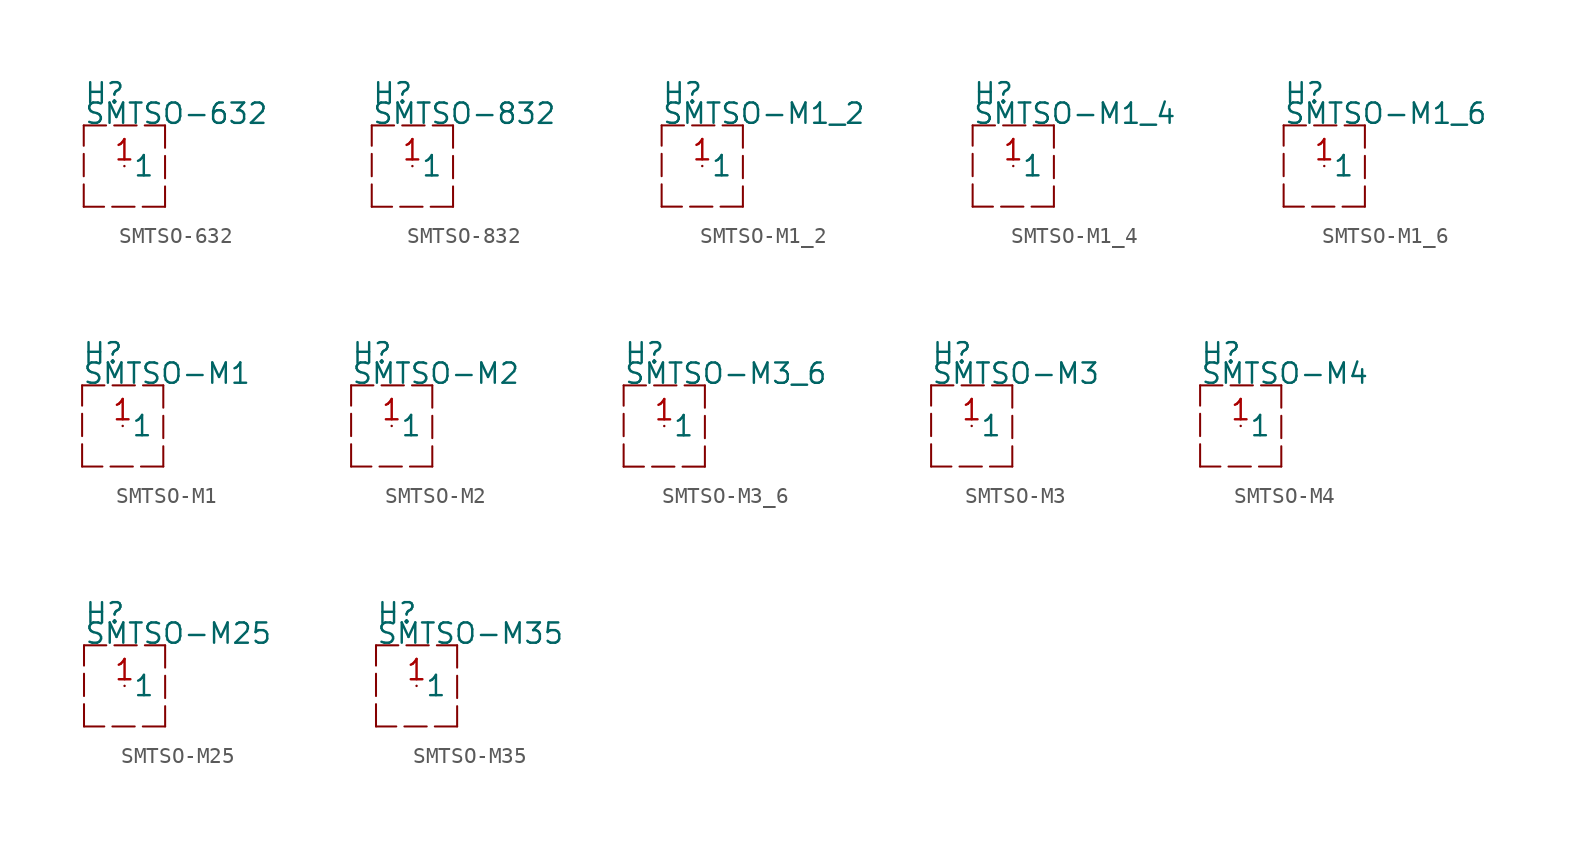
<source format=kicad_sym>
(kicad_symbol_lib
  (version 20211014)
  (generator kicad_symbol_editor)
  (symbol "SMTSO-632"
    (pin_names)
    (property "Reference" "H"
      (at -2.54 3.81 0)
      (effects (font (size 1.27 1.27)) (justify left bottom)))
    (property "Value" "SMTSO-632"
      (at -2.54 2.54 0)
      (effects (font (size 1.27 1.27)) (justify left bottom)))
    (property "Datasheet" ""
      (at 0 0 0))
    (property "ki_description" "PEM SMTSO-632  - #6-32 Technical Specifications: Length Codes: 2,4,8,12 "
      (at 0 0 0))
    (property "ki_fp_filters" "FlashPCB_Hardware:SMTSO-632 FlashPCB_Hardware:SMTSO-632-NO_OUTLINE"
      (at 0 0 0))
    (symbol "SMTSO-632_1_1"
      (polyline (pts (xy -2.54 2.54) (xy 2.54 2.54)) (stroke (width 0.127) (type dash) (color 0 0 0 0)) (fill (type none)))
      (polyline (pts (xy 2.54 2.54) (xy 2.54 -2.54)) (stroke (width 0.127) (type dash) (color 0 0 0 0)) (fill (type none)))
      (polyline (pts (xy 2.54 -2.54) (xy -2.54 -2.54)) (stroke (width 0.127) (type dash) (color 0 0 0 0)) (fill (type none)))
      (polyline (pts (xy -2.54 -2.54) (xy -2.54 2.54)) (stroke (width 0.127) (type dash) (color 0 0 0 0)) (fill (type none)))
      (pin bidirectional line (at 0 0 0) (length 0) (name "1" (effects (font (size 1.27 1.27)))) (number "1" (effects (font (size 1.27 1.27)))))))
  (symbol "SMTSO-832"
    (pin_names)
    (property "Reference" "H"
      (at -2.54 3.81 0)
      (effects (font (size 1.27 1.27)) (justify left bottom)))
    (property "Value" "SMTSO-832"
      (at -2.54 2.54 0)
      (effects (font (size 1.27 1.27)) (justify left bottom)))
    (property "Datasheet" ""
      (at 0 0 0))
    (property "ki_description" "PEM SMTSO-832  - #8-32 Technical Specifications: Length Codes: 2,4,8,12 "
      (at 0 0 0))
    (property "ki_fp_filters" "FlashPCB_Hardware:SMTSO-832 FlashPCB_Hardware:SMTSO-832-NO_OUTLINE"
      (at 0 0 0))
    (symbol "SMTSO-832_1_1"
      (polyline (pts (xy -2.54 2.54) (xy 2.54 2.54)) (stroke (width 0.127) (type dash) (color 0 0 0 0)) (fill (type none)))
      (polyline (pts (xy 2.54 2.54) (xy 2.54 -2.54)) (stroke (width 0.127) (type dash) (color 0 0 0 0)) (fill (type none)))
      (polyline (pts (xy 2.54 -2.54) (xy -2.54 -2.54)) (stroke (width 0.127) (type dash) (color 0 0 0 0)) (fill (type none)))
      (polyline (pts (xy -2.54 -2.54) (xy -2.54 2.54)) (stroke (width 0.127) (type dash) (color 0 0 0 0)) (fill (type none)))
      (pin bidirectional line (at 0 0 0) (length 0) (name "1" (effects (font (size 1.27 1.27)))) (number "1" (effects (font (size 1.27 1.27)))))))
  (symbol "SMTSO-M1_2"
    (pin_names)
    (property "Reference" "H"
      (at -2.54 3.81 0)
      (effects (font (size 1.27 1.27)) (justify left bottom)))
    (property "Value" "SMTSO-M1_2"
      (at -2.54 2.54 0)
      (effects (font (size 1.27 1.27)) (justify left bottom)))
    (property "Datasheet" ""
      (at 0 0 0))
    (property "ki_description" "PEM SMTSO-M1_2  - S1.2 Technical Specifications: Length Codes: 1,2,3 "
      (at 0 0 0))
    (property "ki_fp_filters" "FlashPCB_Hardware:SMTSO-M1_2 FlashPCB_Hardware:SMTSO-M1_2-NO_OUTLINE"
      (at 0 0 0))
    (symbol "SMTSO-M1_2_1_1"
      (polyline (pts (xy -2.54 2.54) (xy 2.54 2.54)) (stroke (width 0.127) (type dash) (color 0 0 0 0)) (fill (type none)))
      (polyline (pts (xy 2.54 2.54) (xy 2.54 -2.54)) (stroke (width 0.127) (type dash) (color 0 0 0 0)) (fill (type none)))
      (polyline (pts (xy 2.54 -2.54) (xy -2.54 -2.54)) (stroke (width 0.127) (type dash) (color 0 0 0 0)) (fill (type none)))
      (polyline (pts (xy -2.54 -2.54) (xy -2.54 2.54)) (stroke (width 0.127) (type dash) (color 0 0 0 0)) (fill (type none)))
      (pin bidirectional line (at 0 0 0) (length 0) (name "1" (effects (font (size 1.27 1.27)))) (number "1" (effects (font (size 1.27 1.27)))))))
  (symbol "SMTSO-M1_4"
    (pin_names)
    (property "Reference" "H"
      (at -2.54 3.81 0)
      (effects (font (size 1.27 1.27)) (justify left bottom)))
    (property "Value" "SMTSO-M1_4"
      (at -2.54 2.54 0)
      (effects (font (size 1.27 1.27)) (justify left bottom)))
    (property "Datasheet" ""
      (at 0 0 0))
    (property "ki_description" "PEM SMTSO-M1_4  - S1.4 Technical Specifications: Length Codes: 1,2,3 "
      (at 0 0 0))
    (property "ki_fp_filters" "FlashPCB_Hardware:SMTSO-M1_4 FlashPCB_Hardware:SMTSO-M1_4-NO_OUTLINE"
      (at 0 0 0))
    (symbol "SMTSO-M1_4_1_1"
      (polyline (pts (xy -2.54 2.54) (xy 2.54 2.54)) (stroke (width 0.127) (type dash) (color 0 0 0 0)) (fill (type none)))
      (polyline (pts (xy 2.54 2.54) (xy 2.54 -2.54)) (stroke (width 0.127) (type dash) (color 0 0 0 0)) (fill (type none)))
      (polyline (pts (xy 2.54 -2.54) (xy -2.54 -2.54)) (stroke (width 0.127) (type dash) (color 0 0 0 0)) (fill (type none)))
      (polyline (pts (xy -2.54 -2.54) (xy -2.54 2.54)) (stroke (width 0.127) (type dash) (color 0 0 0 0)) (fill (type none)))
      (pin bidirectional line (at 0 0 0) (length 0) (name "1" (effects (font (size 1.27 1.27)))) (number "1" (effects (font (size 1.27 1.27)))))))
  (symbol "SMTSO-M1_6"
    (pin_names)
    (property "Reference" "H"
      (at -2.54 3.81 0)
      (effects (font (size 1.27 1.27)) (justify left bottom)))
    (property "Value" "SMTSO-M1_6"
      (at -2.54 2.54 0)
      (effects (font (size 1.27 1.27)) (justify left bottom)))
    (property "Datasheet" ""
      (at 0 0 0))
    (property "ki_description" "PEM SMTSO-M1_6  - M1.6x0.35 Technical Specifications: Length Codes: 1,2,3 "
      (at 0 0 0))
    (property "ki_fp_filters" "FlashPCB_Hardware:SMTSO-M1_6 FlashPCB_Hardware:SMTSO-M1_6-NO_OUTLINE"
      (at 0 0 0))
    (symbol "SMTSO-M1_6_1_1"
      (polyline (pts (xy -2.54 2.54) (xy 2.54 2.54)) (stroke (width 0.127) (type dash) (color 0 0 0 0)) (fill (type none)))
      (polyline (pts (xy 2.54 2.54) (xy 2.54 -2.54)) (stroke (width 0.127) (type dash) (color 0 0 0 0)) (fill (type none)))
      (polyline (pts (xy 2.54 -2.54) (xy -2.54 -2.54)) (stroke (width 0.127) (type dash) (color 0 0 0 0)) (fill (type none)))
      (polyline (pts (xy -2.54 -2.54) (xy -2.54 2.54)) (stroke (width 0.127) (type dash) (color 0 0 0 0)) (fill (type none)))
      (pin bidirectional line (at 0 0 0) (length 0) (name "1" (effects (font (size 1.27 1.27)))) (number "1" (effects (font (size 1.27 1.27)))))))
  (symbol "SMTSO-M1"
    (pin_names)
    (property "Reference" "H"
      (at -2.54 3.81 0)
      (effects (font (size 1.27 1.27)) (justify left bottom)))
    (property "Value" "SMTSO-M1"
      (at -2.54 2.54 0)
      (effects (font (size 1.27 1.27)) (justify left bottom)))
    (property "Datasheet" ""
      (at 0 0 0))
    (property "ki_description" "PEM SMTSO-M1  - S1 Technical Specifications: Length Codes: 1,2,3 "
      (at 0 0 0))
    (property "ki_fp_filters" "FlashPCB_Hardware:SMTSO-M1 FlashPCB_Hardware:SMTSO-M1-NO_OUTLINE"
      (at 0 0 0))
    (symbol "SMTSO-M1_1_1"
      (polyline (pts (xy -2.54 2.54) (xy 2.54 2.54)) (stroke (width 0.127) (type dash) (color 0 0 0 0)) (fill (type none)))
      (polyline (pts (xy 2.54 2.54) (xy 2.54 -2.54)) (stroke (width 0.127) (type dash) (color 0 0 0 0)) (fill (type none)))
      (polyline (pts (xy 2.54 -2.54) (xy -2.54 -2.54)) (stroke (width 0.127) (type dash) (color 0 0 0 0)) (fill (type none)))
      (polyline (pts (xy -2.54 -2.54) (xy -2.54 2.54)) (stroke (width 0.127) (type dash) (color 0 0 0 0)) (fill (type none)))
      (pin bidirectional line (at 0 0 0) (length 0) (name "1" (effects (font (size 1.27 1.27)))) (number "1" (effects (font (size 1.27 1.27)))))))
  (symbol "SMTSO-M2"
    (pin_names)
    (property "Reference" "H"
      (at -2.54 3.81 0)
      (effects (font (size 1.27 1.27)) (justify left bottom)))
    (property "Value" "SMTSO-M2"
      (at -2.54 2.54 0)
      (effects (font (size 1.27 1.27)) (justify left bottom)))
    (property "Datasheet" ""
      (at 0 0 0))
    (property "ki_description" "PEM SMTSO-M2  - M2x0.4 Technical Specifications: Length Codes: 2,3,4,6,8,10 "
      (at 0 0 0))
    (property "ki_fp_filters" "FlashPCB_Hardware:SMTSO-M2 FlashPCB_Hardware:SMTSO-M2-NO_OUTLINE"
      (at 0 0 0))
    (symbol "SMTSO-M2_1_1"
      (polyline (pts (xy -2.54 2.54) (xy 2.54 2.54)) (stroke (width 0.127) (type dash) (color 0 0 0 0)) (fill (type none)))
      (polyline (pts (xy 2.54 2.54) (xy 2.54 -2.54)) (stroke (width 0.127) (type dash) (color 0 0 0 0)) (fill (type none)))
      (polyline (pts (xy 2.54 -2.54) (xy -2.54 -2.54)) (stroke (width 0.127) (type dash) (color 0 0 0 0)) (fill (type none)))
      (polyline (pts (xy -2.54 -2.54) (xy -2.54 2.54)) (stroke (width 0.127) (type dash) (color 0 0 0 0)) (fill (type none)))
      (pin bidirectional line (at 0 0 0) (length 0) (name "1" (effects (font (size 1.27 1.27)))) (number "1" (effects (font (size 1.27 1.27)))))))
  (symbol "SMTSO-M3_6"
    (pin_names)
    (property "Reference" "H"
      (at -2.54 3.81 0)
      (effects (font (size 1.27 1.27)) (justify left bottom)))
    (property "Value" "SMTSO-M3_6"
      (at -2.54 2.54 0)
      (effects (font (size 1.27 1.27)) (justify left bottom)))
    (property "Datasheet" ""
      (at 0 0 0))
    (property "ki_description" "PEM SMTSO-M3_6  -  THT 3.6mm Technical Specifications: Length Codes: 2,3,4,6,8,10 "
      (at 0 0 0))
    (property "ki_fp_filters" "FlashPCB_Hardware:SMTSO-M3_6 FlashPCB_Hardware:SMTSO-M3_6-NO_OUTLINE"
      (at 0 0 0))
    (symbol "SMTSO-M3_6_1_1"
      (polyline (pts (xy -2.54 2.54) (xy 2.54 2.54)) (stroke (width 0.127) (type dash) (color 0 0 0 0)) (fill (type none)))
      (polyline (pts (xy 2.54 2.54) (xy 2.54 -2.54)) (stroke (width 0.127) (type dash) (color 0 0 0 0)) (fill (type none)))
      (polyline (pts (xy 2.54 -2.54) (xy -2.54 -2.54)) (stroke (width 0.127) (type dash) (color 0 0 0 0)) (fill (type none)))
      (polyline (pts (xy -2.54 -2.54) (xy -2.54 2.54)) (stroke (width 0.127) (type dash) (color 0 0 0 0)) (fill (type none)))
      (pin bidirectional line (at 0 0 0) (length 0) (name "1" (effects (font (size 1.27 1.27)))) (number "1" (effects (font (size 1.27 1.27)))))))
  (symbol "SMTSO-M3"
    (pin_names)
    (property "Reference" "H"
      (at -2.54 3.81 0)
      (effects (font (size 1.27 1.27)) (justify left bottom)))
    (property "Value" "SMTSO-M3"
      (at -2.54 2.54 0)
      (effects (font (size 1.27 1.27)) (justify left bottom)))
    (property "Datasheet" ""
      (at 0 0 0))
    (property "ki_description" "PEM SMTSO-M3  - M3x0.5 Technical Specifications: Length Codes: 2,3,4,6,8,10 "
      (at 0 0 0))
    (property "ki_fp_filters" "FlashPCB_Hardware:SMTSO-M3 FlashPCB_Hardware:SMTSO-M3-NO_OUTLINE"
      (at 0 0 0))
    (symbol "SMTSO-M3_1_1"
      (polyline (pts (xy -2.54 2.54) (xy 2.54 2.54)) (stroke (width 0.127) (type dash) (color 0 0 0 0)) (fill (type none)))
      (polyline (pts (xy 2.54 2.54) (xy 2.54 -2.54)) (stroke (width 0.127) (type dash) (color 0 0 0 0)) (fill (type none)))
      (polyline (pts (xy 2.54 -2.54) (xy -2.54 -2.54)) (stroke (width 0.127) (type dash) (color 0 0 0 0)) (fill (type none)))
      (polyline (pts (xy -2.54 -2.54) (xy -2.54 2.54)) (stroke (width 0.127) (type dash) (color 0 0 0 0)) (fill (type none)))
      (pin bidirectional line (at 0 0 0) (length 0) (name "1" (effects (font (size 1.27 1.27)))) (number "1" (effects (font (size 1.27 1.27)))))))
  (symbol "SMTSO-M4"
    (pin_names)
    (property "Reference" "H"
      (at -2.54 3.81 0)
      (effects (font (size 1.27 1.27)) (justify left bottom)))
    (property "Value" "SMTSO-M4"
      (at -2.54 2.54 0)
      (effects (font (size 1.27 1.27)) (justify left bottom)))
    (property "Datasheet" ""
      (at 0 0 0))
    (property "ki_description" "PEM SMTSO-M4  - M4x0.7 Technical Specifications: Length Codes: 2,3,4,6,8,10 "
      (at 0 0 0))
    (property "ki_fp_filters" "FlashPCB_Hardware:SMTSO-M4 FlashPCB_Hardware:SMTSO-M4-NO_OUTLINE"
      (at 0 0 0))
    (symbol "SMTSO-M4_1_1"
      (polyline (pts (xy -2.54 2.54) (xy 2.54 2.54)) (stroke (width 0.127) (type dash) (color 0 0 0 0)) (fill (type none)))
      (polyline (pts (xy 2.54 2.54) (xy 2.54 -2.54)) (stroke (width 0.127) (type dash) (color 0 0 0 0)) (fill (type none)))
      (polyline (pts (xy 2.54 -2.54) (xy -2.54 -2.54)) (stroke (width 0.127) (type dash) (color 0 0 0 0)) (fill (type none)))
      (polyline (pts (xy -2.54 -2.54) (xy -2.54 2.54)) (stroke (width 0.127) (type dash) (color 0 0 0 0)) (fill (type none)))
      (pin bidirectional line (at 0 0 0) (length 0) (name "1" (effects (font (size 1.27 1.27)))) (number "1" (effects (font (size 1.27 1.27)))))))
  (symbol "SMTSO-M25"
    (pin_names)
    (property "Reference" "H"
      (at -2.54 3.81 0)
      (effects (font (size 1.27 1.27)) (justify left bottom)))
    (property "Value" "SMTSO-M25"
      (at -2.54 2.54 0)
      (effects (font (size 1.27 1.27)) (justify left bottom)))
    (property "Datasheet" ""
      (at 0 0 0))
    (property "ki_description" "PEM SMTSO-M25  - M2.5x0.45 Technical Specifications: Length Codes: 2,3,4,6,8,10 "
      (at 0 0 0))
    (property "ki_fp_filters" "FlashPCB_Hardware:SMTSO-M25 FlashPCB_Hardware:SMTSO-M25-NO_OUTLINE"
      (at 0 0 0))
    (symbol "SMTSO-M25_1_1"
      (polyline (pts (xy -2.54 2.54) (xy 2.54 2.54)) (stroke (width 0.127) (type dash) (color 0 0 0 0)) (fill (type none)))
      (polyline (pts (xy 2.54 2.54) (xy 2.54 -2.54)) (stroke (width 0.127) (type dash) (color 0 0 0 0)) (fill (type none)))
      (polyline (pts (xy 2.54 -2.54) (xy -2.54 -2.54)) (stroke (width 0.127) (type dash) (color 0 0 0 0)) (fill (type none)))
      (polyline (pts (xy -2.54 -2.54) (xy -2.54 2.54)) (stroke (width 0.127) (type dash) (color 0 0 0 0)) (fill (type none)))
      (pin bidirectional line (at 0 0 0) (length 0) (name "1" (effects (font (size 1.27 1.27)))) (number "1" (effects (font (size 1.27 1.27)))))))
  (symbol "SMTSO-M35"
    (pin_names)
    (property "Reference" "H"
      (at -2.54 3.81 0)
      (effects (font (size 1.27 1.27)) (justify left bottom)))
    (property "Value" "SMTSO-M35"
      (at -2.54 2.54 0)
      (effects (font (size 1.27 1.27)) (justify left bottom)))
    (property "Datasheet" ""
      (at 0 0 0))
    (property "ki_description" "PEM SMTSO-M35  - M3.5x0.6 Technical Specifications: Length Codes: 2,3,4,6,8,10 "
      (at 0 0 0))
    (property "ki_fp_filters" "FlashPCB_Hardware:SMTSO-M35 FlashPCB_Hardware:SMTSO-M35-NO_OUTLINE"
      (at 0 0 0))
    (symbol "SMTSO-M35_1_1"
      (polyline (pts (xy -2.54 2.54) (xy 2.54 2.54)) (stroke (width 0.127) (type dash) (color 0 0 0 0)) (fill (type none)))
      (polyline (pts (xy 2.54 2.54) (xy 2.54 -2.54)) (stroke (width 0.127) (type dash) (color 0 0 0 0)) (fill (type none)))
      (polyline (pts (xy 2.54 -2.54) (xy -2.54 -2.54)) (stroke (width 0.127) (type dash) (color 0 0 0 0)) (fill (type none)))
      (polyline (pts (xy -2.54 -2.54) (xy -2.54 2.54)) (stroke (width 0.127) (type dash) (color 0 0 0 0)) (fill (type none)))
      (pin bidirectional line (at 0 0 0) (length 0) (name "1" (effects (font (size 1.27 1.27)))) (number "1" (effects (font (size 1.27 1.27))))))))
</source>
